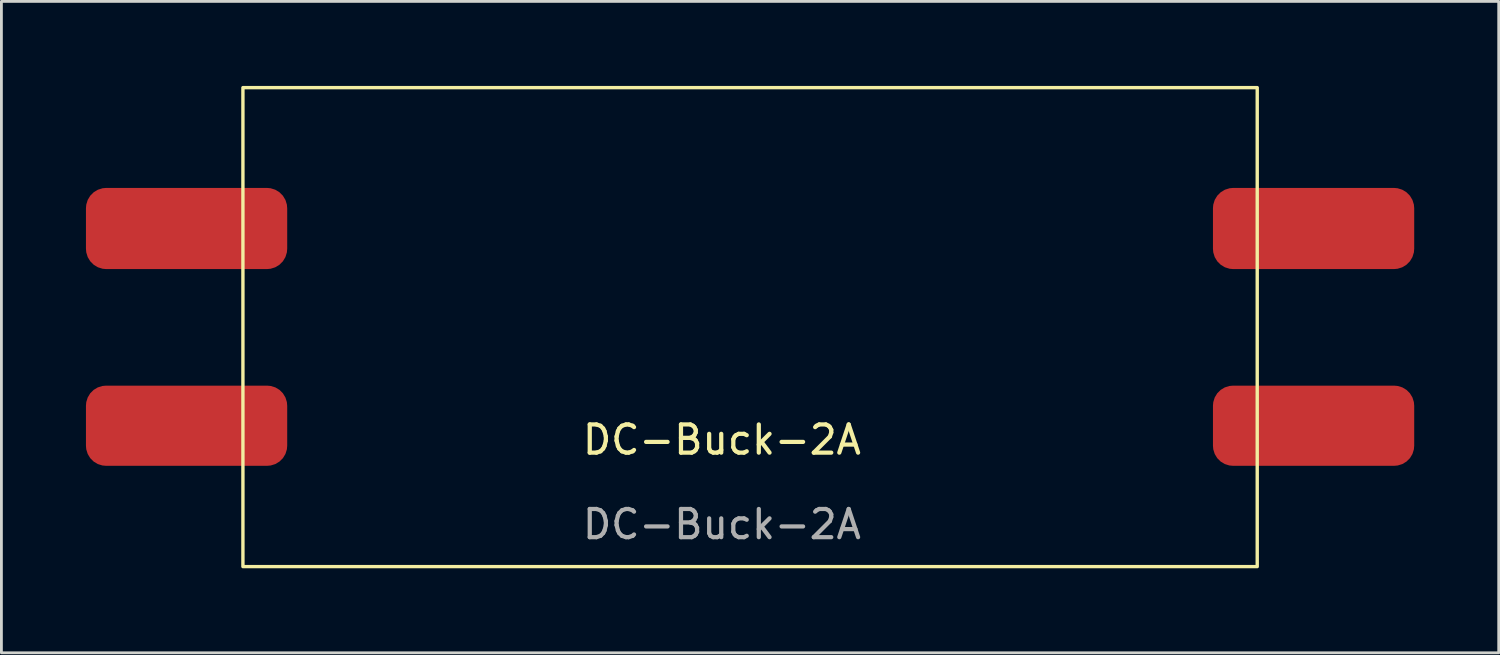
<source format=kicad_pcb>
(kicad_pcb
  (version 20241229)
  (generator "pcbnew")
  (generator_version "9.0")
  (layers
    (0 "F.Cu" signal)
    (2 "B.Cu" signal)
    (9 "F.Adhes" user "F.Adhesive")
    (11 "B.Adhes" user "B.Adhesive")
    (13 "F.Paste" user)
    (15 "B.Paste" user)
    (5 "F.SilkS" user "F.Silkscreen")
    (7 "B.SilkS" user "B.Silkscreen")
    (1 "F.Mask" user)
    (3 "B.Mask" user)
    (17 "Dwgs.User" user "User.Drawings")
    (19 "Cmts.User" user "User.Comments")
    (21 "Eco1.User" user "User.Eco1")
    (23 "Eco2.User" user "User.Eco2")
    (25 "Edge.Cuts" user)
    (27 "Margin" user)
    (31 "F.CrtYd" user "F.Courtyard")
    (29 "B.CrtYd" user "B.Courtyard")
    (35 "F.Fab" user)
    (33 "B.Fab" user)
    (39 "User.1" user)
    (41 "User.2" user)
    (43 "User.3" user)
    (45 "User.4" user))
  (footprint "DC-Buck-2A"
    (layer "F.Cu")
    (at 22.572 13.06)
    (property "Reference" "DC-Buck-2A" (at 0 -0.5 0) (unlocked yes) (layer "F.SilkS") (effects (font (size 1 1) (thickness 0.15))))
    (attr smd)
    (fp_rect (start -17 -13) (end 19 4) (stroke (width 0.12) (type solid)) (fill no) (layer "F.SilkS"))
    (fp_text user "${REFERENCE}" (at 0 2.5 0) (unlocked yes) (layer "F.Fab") (effects (font (size 1 1) (thickness 0.15))))
    (pad "1" smd roundrect (at -19 -8) (size 7.143 2.881) (layers "F.Cu" "F.Mask" "F.Paste") (roundrect_rratio 0.25))
    (pad "2" smd roundrect (at -19 -1) (size 7.143 2.845) (layers "F.Cu" "F.Mask" "F.Paste") (roundrect_rratio 0.25))
    (pad "3" smd roundrect (at 21 -1) (size 7.143 2.845) (layers "F.Cu" "F.Mask" "F.Paste") (roundrect_rratio 0.25))
    (pad "4" smd roundrect (at 21 -8) (size 7.143 2.881) (layers "F.Cu" "F.Mask" "F.Paste") (roundrect_rratio 0.25)))
  (gr_rect
    (start -3 -3)
    (end 50.143 20.12)
    (stroke (width 0.1) (type default))
    (fill no)
    (layer "Edge.Cuts")))
</source>
